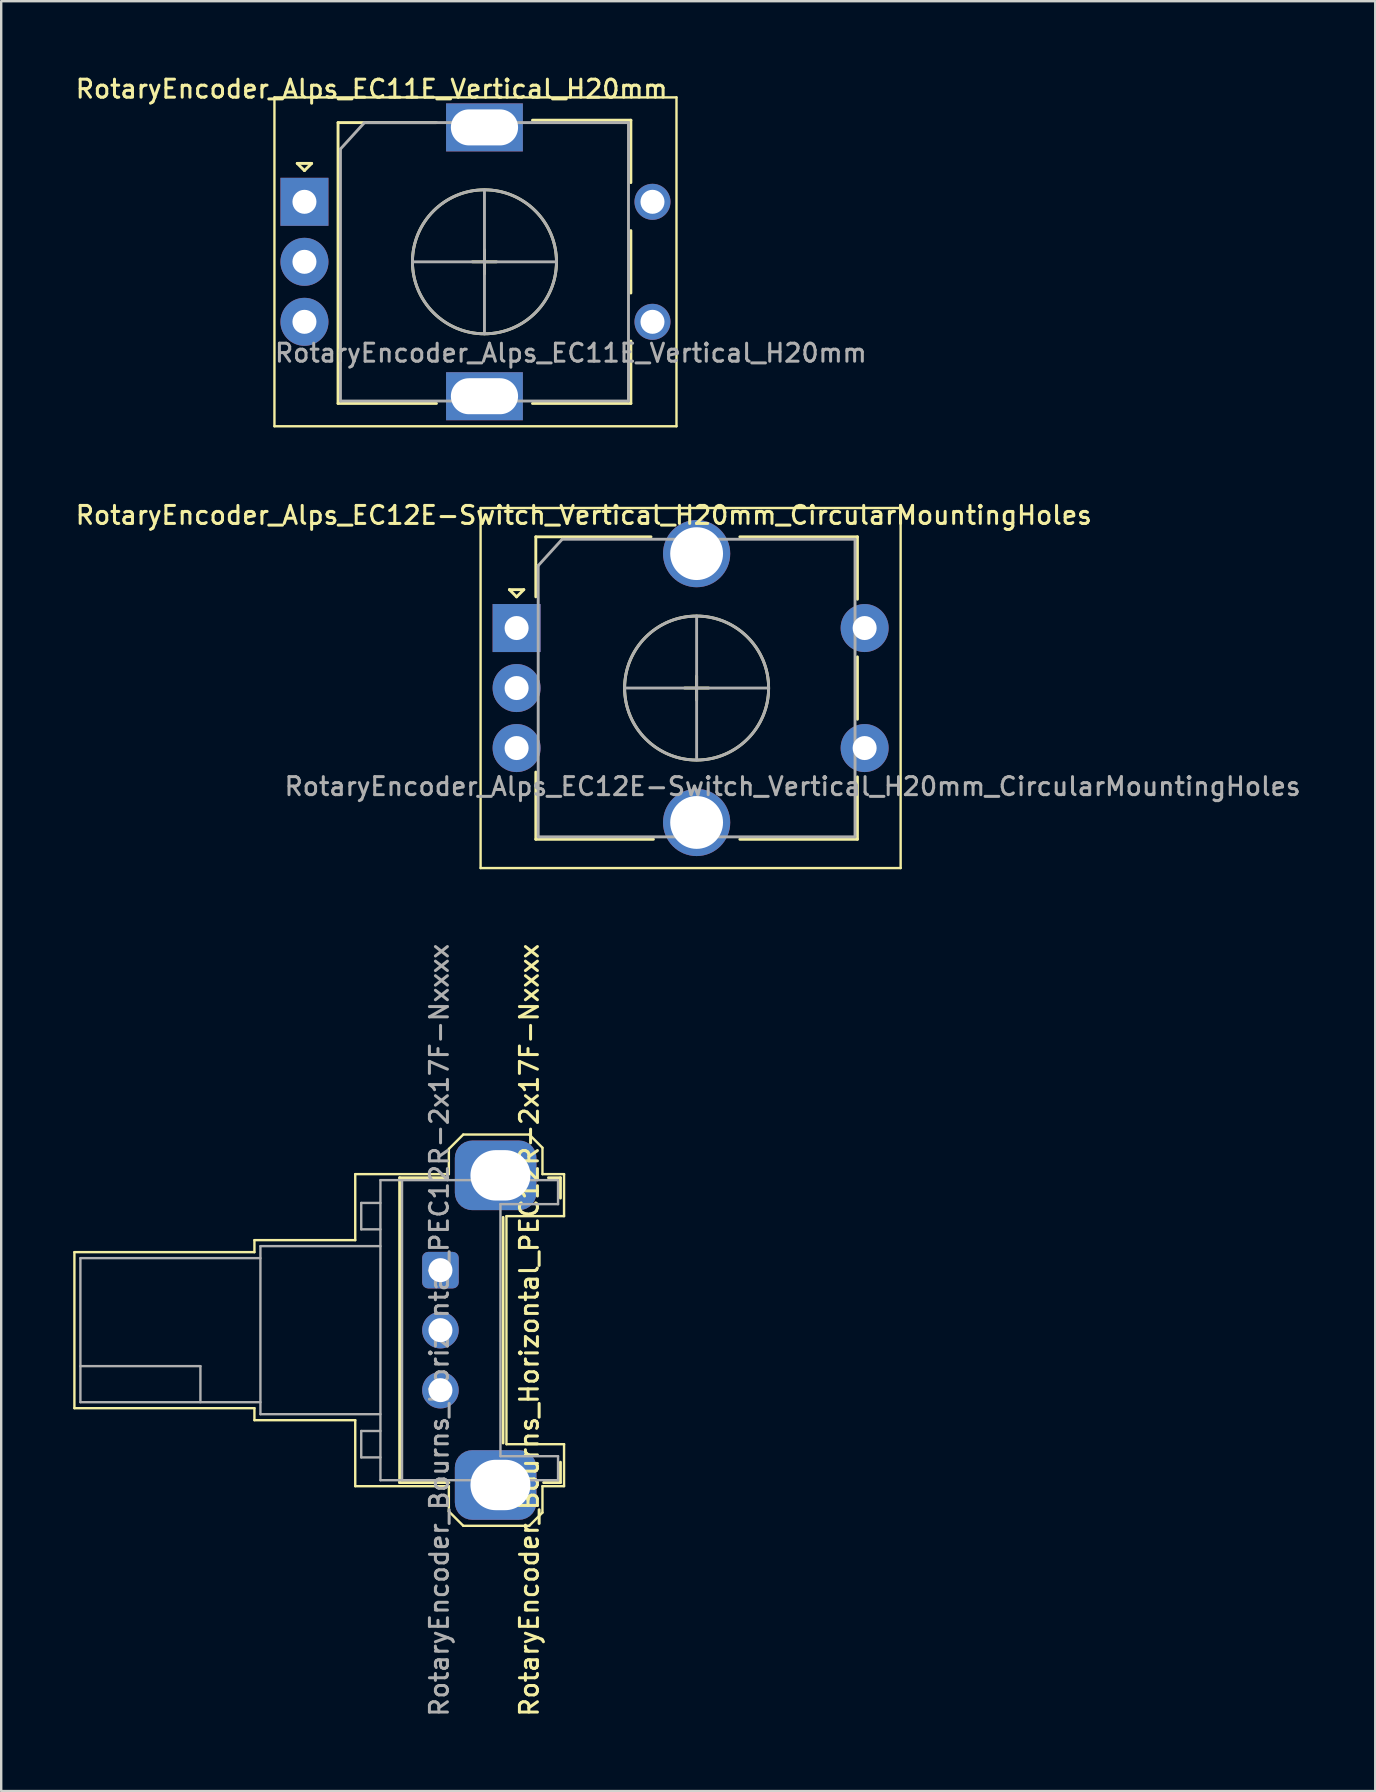
<source format=kicad_pcb>
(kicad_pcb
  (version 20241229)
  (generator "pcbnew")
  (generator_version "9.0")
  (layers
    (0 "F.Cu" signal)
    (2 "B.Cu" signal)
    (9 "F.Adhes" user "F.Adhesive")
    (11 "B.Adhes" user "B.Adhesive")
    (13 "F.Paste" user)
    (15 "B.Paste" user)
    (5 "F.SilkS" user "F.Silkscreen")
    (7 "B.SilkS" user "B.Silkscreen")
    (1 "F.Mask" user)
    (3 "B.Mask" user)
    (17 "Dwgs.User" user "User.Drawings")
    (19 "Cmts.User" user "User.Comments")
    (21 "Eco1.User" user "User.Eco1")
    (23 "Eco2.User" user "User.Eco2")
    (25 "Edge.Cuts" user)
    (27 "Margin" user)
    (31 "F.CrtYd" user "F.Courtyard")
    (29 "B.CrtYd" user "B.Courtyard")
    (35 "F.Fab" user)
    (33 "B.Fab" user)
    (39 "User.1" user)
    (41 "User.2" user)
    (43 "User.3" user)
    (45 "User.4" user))
  (footprint "RotaryEncoder_Bourns_Horizontal_PEC12R-2x17F-Nxxxx"
    (layer "F.Cu")
    (at 15.3 49.868)
    (property "Reference" "RotaryEncoder_Bourns_Horizontal_PEC12R-2x17F-Nxxxx" (at 3.7 2.5 270) (layer "F.SilkS") (effects (font (size 0.75 0.75) (thickness 0.125))))
    (attr through_hole)
    (fp_line (start -15.25 -0.75) (end -15.25 5.75) (stroke (width 0.1) (type default)) (layer "F.SilkS"))
    (fp_line (start -15.25 5.75) (end -7.75 5.75) (stroke (width 0.1) (type default)) (layer "F.SilkS"))
    (fp_line (start -7.75 -1.25) (end -3.55 -1.25) (stroke (width 0.1) (type default)) (layer "F.SilkS"))
    (fp_line (start -7.75 -0.75) (end -15.25 -0.75) (stroke (width 0.1) (type default)) (layer "F.SilkS"))
    (fp_line (start -7.75 -0.75) (end -7.75 -1.25) (stroke (width 0.1) (type default)) (layer "F.SilkS"))
    (fp_line (start -7.75 5.75) (end -7.75 6.25) (stroke (width 0.1) (type default)) (layer "F.SilkS"))
    (fp_line (start -7.75 6.25) (end -3.55 6.25) (stroke (width 0.1) (type default)) (layer "F.SilkS"))
    (fp_line (start -3.55 -4) (end 0.35 -4) (stroke (width 0.1) (type solid)) (layer "F.SilkS"))
    (fp_line (start -3.55 -1.25) (end -3.55 -4) (stroke (width 0.1) (type solid)) (layer "F.SilkS"))
    (fp_line (start -3.55 9) (end -3.55 6.25) (stroke (width 0.1) (type solid)) (layer "F.SilkS"))
    (fp_line (start -1.7 -3.85) (end -1.7 8.85) (stroke (width 0.12) (type solid)) (layer "F.SilkS"))
    (fp_line (start -1.7 8.85) (end 0.35 8.85) (stroke (width 0.12) (type solid)) (layer "F.SilkS"))
    (fp_line (start 0.3 -3.85) (end -1.7 -3.85) (stroke (width 0.12) (type solid)) (layer "F.SilkS"))
    (fp_line (start 0.35 -5.05) (end 0.95 -5.65) (stroke (width 0.1) (type default)) (layer "F.SilkS"))
    (fp_line (start 0.35 -4) (end 0.35 -5.05) (stroke (width 0.1) (type default)) (layer "F.SilkS"))
    (fp_line (start 0.35 9) (end -3.55 9) (stroke (width 0.1) (type solid)) (layer "F.SilkS"))
    (fp_line (start 0.35 10.05) (end 0.35 9) (stroke (width 0.1) (type default)) (layer "F.SilkS"))
    (fp_line (start 0.35 10.05) (end 0.95 10.65) (stroke (width 0.1) (type default)) (layer "F.SilkS"))
    (fp_line (start 2.61 -2.2) (end 2.61 7.2) (stroke (width 0.12) (type solid)) (layer "F.SilkS"))
    (fp_line (start 2.75 -2.25) (end 5.15 -2.25) (stroke (width 0.1) (type default)) (layer "F.SilkS"))
    (fp_line (start 2.75 7.25) (end 2.75 -2.25) (stroke (width 0.1) (type default)) (layer "F.SilkS"))
    (fp_line (start 3.7 -5.65) (end 0.95 -5.65) (stroke (width 0.1) (type default)) (layer "F.SilkS"))
    (fp_line (start 3.7 -5.65) (end 4.25 -5.1) (stroke (width 0.1) (type default)) (layer "F.SilkS"))
    (fp_line (start 3.7 10.65) (end 0.95 10.65) (stroke (width 0.1) (type default)) (layer "F.SilkS"))
    (fp_line (start 3.7 10.65) (end 4.25 10.1) (stroke (width 0.1) (type default)) (layer "F.SilkS"))
    (fp_line (start 4.25 -4) (end 4.25 -5.1) (stroke (width 0.1) (type default)) (layer "F.SilkS"))
    (fp_line (start 4.25 9) (end 4.25 10.1) (stroke (width 0.1) (type default)) (layer "F.SilkS"))
    (fp_line (start 4.3 8.85) (end 5 8.85) (stroke (width 0.12) (type solid)) (layer "F.SilkS"))
    (fp_line (start 5 -3.85) (end 4.5 -3.85) (stroke (width 0.12) (type solid)) (layer "F.SilkS"))
    (fp_line (start 5 -3) (end 5 -3.85) (stroke (width 0.12) (type solid)) (layer "F.SilkS"))
    (fp_line (start 5 8.85) (end 5 8) (stroke (width 0.12) (type solid)) (layer "F.SilkS"))
    (fp_line (start 5.15 -4) (end 4.25 -4) (stroke (width 0.1) (type solid)) (layer "F.SilkS"))
    (fp_line (start 5.15 -4) (end 5.15 -2.25) (stroke (width 0.1) (type solid)) (layer "F.SilkS"))
    (fp_line (start 5.15 7.25) (end 2.75 7.25) (stroke (width 0.1) (type default)) (layer "F.SilkS"))
    (fp_line (start 5.15 7.25) (end 5.15 9) (stroke (width 0.1) (type solid)) (layer "F.SilkS"))
    (fp_line (start 5.15 9) (end 4.25 9) (stroke (width 0.1) (type solid)) (layer "F.SilkS"))
    (fp_line (start -15 -0.5) (end -15 5.5) (stroke (width 0.1) (type default)) (layer "F.Fab"))
    (fp_line (start -15 4) (end -10 4) (stroke (width 0.1) (type default)) (layer "F.Fab"))
    (fp_line (start -15 5.5) (end -7.5 5.5) (stroke (width 0.1) (type solid)) (layer "F.Fab"))
    (fp_line (start -10 4) (end -10 5.5) (stroke (width 0.1) (type default)) (layer "F.Fab"))
    (fp_line (start -7.5 -1) (end -7.5 6) (stroke (width 0.1) (type default)) (layer "F.Fab"))
    (fp_line (start -7.5 -1) (end -2.5 -1) (stroke (width 0.1) (type default)) (layer "F.Fab"))
    (fp_line (start -7.5 -0.5) (end -15 -0.5) (stroke (width 0.1) (type solid)) (layer "F.Fab"))
    (fp_line (start -7.5 6) (end -2.5 6) (stroke (width 0.1) (type default)) (layer "F.Fab"))
    (fp_line (start -3.3 -2.8) (end -2.5 -2.8) (stroke (width 0.1) (type default)) (layer "F.Fab"))
    (fp_line (start -3.3 -1.7) (end -3.3 -2.8) (stroke (width 0.1) (type default)) (layer "F.Fab"))
    (fp_line (start -3.3 6.7) (end -2.5 6.7) (stroke (width 0.1) (type default)) (layer "F.Fab"))
    (fp_line (start -3.3 7.8) (end -3.3 6.7) (stroke (width 0.1) (type default)) (layer "F.Fab"))
    (fp_line (start -2.5 -3.75) (end 4.9 -3.75) (stroke (width 0.1) (type solid)) (layer "F.Fab"))
    (fp_line (start -2.5 -1.7) (end -3.3 -1.7) (stroke (width 0.1) (type default)) (layer "F.Fab"))
    (fp_line (start -2.5 7.8) (end -3.3 7.8) (stroke (width 0.1) (type default)) (layer "F.Fab"))
    (fp_line (start -2.5 8.75) (end -2.5 -3.75) (stroke (width 0.1) (type solid)) (layer "F.Fab"))
    (fp_line (start -1.6 8.75) (end -1.6 -3.75) (stroke (width 0.1) (type solid)) (layer "F.Fab"))
    (fp_line (start 2.5 -2.75) (end 4.9 -2.75) (stroke (width 0.1) (type default)) (layer "F.Fab"))
    (fp_line (start 2.5 7.75) (end 2.5 -2.75) (stroke (width 0.1) (type default)) (layer "F.Fab"))
    (fp_line (start 2.5 7.75) (end 4.9 7.75) (stroke (width 0.1) (type default)) (layer "F.Fab"))
    (fp_line (start 4.9 -3.7) (end 4.9 -2.75) (stroke (width 0.1) (type solid)) (layer "F.Fab"))
    (fp_line (start 4.9 7.75) (end 4.9 8.75) (stroke (width 0.1) (type solid)) (layer "F.Fab"))
    (fp_line (start 4.9 8.75) (end -2.5 8.75) (stroke (width 0.1) (type solid)) (layer "F.Fab"))
    (fp_text user "${REFERENCE}" (at -0.05 2.5 90) (layer "F.Fab") (effects (font (size 0.75 0.75) (thickness 0.125))))
    (pad "A" thru_hole roundrect (at 0 0 270) (size 1.524 1.524) (drill 1) (layers "*.Cu" "*.Mask") (roundrect_rratio 0.164))
    (pad "B" thru_hole circle (at 0 5 270) (size 1.524 1.524) (drill 1) (layers "*.Cu" "*.Mask"))
    (pad "C" thru_hole circle (at 0 2.5 270) (size 1.524 1.524) (drill 1) (layers "*.Cu" "*.Mask"))
    (pad "SH" thru_hole roundrect (at 2.5 -3.95 180) (size 3.4 2.9) (drill oval 2.5 2.1 (offset 0.2 0)) (layers "*.Cu" "*.Mask") (roundrect_rratio 0.25))
    (pad "SH" thru_hole roundrect (at 2.5 8.95 180) (size 3.4 2.9) (drill oval 2.5 2.1 (offset 0.2 0)) (layers "*.Cu" "*.Mask") (roundrect_rratio 0.25))
    (zone (net_name "") (layer "F.Cu") (name "Shell contact") (hatch edge 0.5) (connect_pads) (min_thickness 0.25) (filled_areas_thickness no) (keepout (tracks not_allowed) (vias not_allowed) (pads not_allowed) (copperpour not_allowed) (footprints not_allowed)) (placement (enabled no)) (fill) (polygon (pts (xy 14.95 47.118) (xy 14.95 45.868) (xy 13.45 45.868) (xy 13.45 47.118))))
    (zone (net_name "") (layer "F.Cu") (name "Shell contact") (hatch edge 0.5) (connect_pads) (min_thickness 0.25) (filled_areas_thickness no) (keepout (tracks not_allowed) (vias not_allowed) (pads not_allowed) (copperpour not_allowed) (footprints not_allowed)) (placement (enabled no)) (fill) (polygon (pts (xy 14.95 58.868) (xy 14.95 57.618) (xy 13.45 57.618) (xy 13.45 58.868))))
    (zone (net_name "") (layer "F.Cu") (name "Shell contact") (hatch edge 0.5) (connect_pads) (min_thickness 0.25) (filled_areas_thickness no) (keepout (tracks not_allowed) (vias not_allowed) (pads not_allowed) (copperpour not_allowed) (footprints not_allowed)) (placement (enabled no)) (fill) (polygon (pts (xy 20.3 47.118) (xy 20.3 45.868) (xy 19.3 45.868) (xy 19.3 47.118))))
    (zone (net_name "") (layer "F.Cu") (name "Shell contact") (hatch edge 0.5) (connect_pads) (min_thickness 0.25) (filled_areas_thickness no) (keepout (tracks not_allowed) (vias not_allowed) (pads not_allowed) (copperpour not_allowed) (footprints not_allowed)) (placement (enabled no)) (fill) (polygon (pts (xy 20.3 58.868) (xy 20.3 57.618) (xy 19.3 57.618) (xy 19.3 58.868)))))
  (footprint "RotaryEncoder_Alps_EC12E-Switch_Vertical_H20mm_CircularMountingHoles"
    (layer "F.Cu")
    (at 18.473 23.116)
    (property "Reference" "RotaryEncoder_Alps_EC12E-Switch_Vertical_H20mm_CircularMountingHoles" (at 2.8 -4.7 0) (layer "F.SilkS") (effects (font (size 0.75 0.75) (thickness 0.125))))
    (attr through_hole)
    (fp_line (start -1.5 -5) (end -1.5 10) (stroke (width 0.1) (type solid)) (layer "F.SilkS"))
    (fp_line (start -1.5 -5) (end 16 -5) (stroke (width 0.1) (type solid)) (layer "F.SilkS"))
    (fp_line (start -0.3 -1.6) (end 0.3 -1.6) (stroke (width 0.12) (type solid)) (layer "F.SilkS"))
    (fp_line (start 0 -1.3) (end -0.3 -1.6) (stroke (width 0.12) (type solid)) (layer "F.SilkS"))
    (fp_line (start 0.3 -1.6) (end 0 -1.3) (stroke (width 0.12) (type solid)) (layer "F.SilkS"))
    (fp_line (start 0.8 -3.8) (end 0.8 -1.3) (stroke (width 0.12) (type solid)) (layer "F.SilkS"))
    (fp_line (start 0.8 8.8) (end 0.8 6) (stroke (width 0.12) (type solid)) (layer "F.SilkS"))
    (fp_line (start 5.6 -3.8) (end 0.8 -3.8) (stroke (width 0.12) (type solid)) (layer "F.SilkS"))
    (fp_line (start 5.7 8.8) (end 0.8 8.8) (stroke (width 0.12) (type solid)) (layer "F.SilkS"))
    (fp_line (start 7 2.5) (end 8 2.5) (stroke (width 0.12) (type solid)) (layer "F.SilkS"))
    (fp_line (start 7.5 2) (end 7.5 3) (stroke (width 0.12) (type solid)) (layer "F.SilkS"))
    (fp_line (start 9.3 -3.8) (end 14.2 -3.8) (stroke (width 0.12) (type solid)) (layer "F.SilkS"))
    (fp_line (start 14.2 -3.8) (end 14.2 -1.2) (stroke (width 0.12) (type solid)) (layer "F.SilkS"))
    (fp_line (start 14.2 1.2) (end 14.2 3.8) (stroke (width 0.12) (type solid)) (layer "F.SilkS"))
    (fp_line (start 14.2 6.2) (end 14.2 8.8) (stroke (width 0.12) (type solid)) (layer "F.SilkS"))
    (fp_line (start 14.2 8.8) (end 9.3 8.8) (stroke (width 0.12) (type solid)) (layer "F.SilkS"))
    (fp_line (start 16 10) (end -1.5 10) (stroke (width 0.1) (type solid)) (layer "F.SilkS"))
    (fp_line (start 16 10) (end 16 -5) (stroke (width 0.1) (type solid)) (layer "F.SilkS"))
    (fp_circle (center 7.5 2.5) (end 10.5 2.5) (stroke (width 0.12) (type solid)) (fill no) (layer "F.SilkS"))
    (fp_line (start 0.9 -2.6) (end 1.9 -3.7) (stroke (width 0.12) (type solid)) (layer "F.Fab"))
    (fp_line (start 0.9 8.7) (end 0.9 -2.6) (stroke (width 0.12) (type solid)) (layer "F.Fab"))
    (fp_line (start 1.9 -3.7) (end 14.1 -3.7) (stroke (width 0.12) (type solid)) (layer "F.Fab"))
    (fp_line (start 4.5 2.5) (end 10.5 2.5) (stroke (width 0.12) (type solid)) (layer "F.Fab"))
    (fp_line (start 7.5 -0.5) (end 7.5 5.5) (stroke (width 0.12) (type solid)) (layer "F.Fab"))
    (fp_line (start 14.1 -3.7) (end 14.1 8.7) (stroke (width 0.12) (type solid)) (layer "F.Fab"))
    (fp_line (start 14.1 8.7) (end 0.9 8.7) (stroke (width 0.12) (type solid)) (layer "F.Fab"))
    (fp_circle (center 7.5 2.5) (end 10.5 2.5) (stroke (width 0.12) (type solid)) (fill no) (layer "F.Fab"))
    (fp_text user "${REFERENCE}" (at 11.5 6.6 0) (layer "F.Fab") (effects (font (size 0.75 0.75) (thickness 0.125))))
    (pad "A" thru_hole rect (at 0 0) (size 2 2) (drill 1) (layers "*.Cu" "*.Mask"))
    (pad "B" thru_hole circle (at 0 5) (size 2 2) (drill 1) (layers "*.Cu" "*.Mask"))
    (pad "C" thru_hole circle (at 0 2.5) (size 2 2) (drill 1) (layers "*.Cu" "*.Mask"))
    (pad "MP" thru_hole circle (at 7.5 -3.1) (size 2.8 2.8) (drill 2.2) (layers "*.Cu" "*.Mask"))
    (pad "MP" thru_hole circle (at 7.5 8.1) (size 2.8 2.8) (drill 2.2) (layers "*.Cu" "*.Mask"))
    (pad "S1" thru_hole circle (at 14.5 0) (size 2 2) (drill 1) (layers "*.Cu" "*.Mask"))
    (pad "S2" thru_hole circle (at 14.5 5) (size 2 2) (drill 1) (layers "*.Cu" "*.Mask")))
  (footprint "RotaryEncoder_Alps_EC11E_Vertical_H20mm"
    (layer "F.Cu")
    (at 9.634 5.358)
    (property "Reference" "RotaryEncoder_Alps_EC11E_Vertical_H20mm" (at 2.8 -4.7 0) (layer "F.SilkS") (effects (font (size 0.75 0.75) (thickness 0.125))))
    (attr through_hole)
    (fp_line (start -1.25 -4.35) (end -1.25 9.35) (stroke (width 0.1) (type solid)) (layer "F.SilkS"))
    (fp_line (start -1.25 -4.35) (end 15.5 -4.35) (stroke (width 0.1) (type solid)) (layer "F.SilkS"))
    (fp_line (start -0.3 -1.6) (end 0.3 -1.6) (stroke (width 0.12) (type solid)) (layer "F.SilkS"))
    (fp_line (start 0 -1.3) (end -0.3 -1.6) (stroke (width 0.12) (type solid)) (layer "F.SilkS"))
    (fp_line (start 0.3 -1.6) (end 0 -1.3) (stroke (width 0.12) (type solid)) (layer "F.SilkS"))
    (fp_line (start 1.4 -3.3) (end 1.4 8.4) (stroke (width 0.12) (type solid)) (layer "F.SilkS"))
    (fp_line (start 5.5 -3.3) (end 1.4 -3.3) (stroke (width 0.12) (type solid)) (layer "F.SilkS"))
    (fp_line (start 5.5 8.4) (end 1.4 8.4) (stroke (width 0.12) (type solid)) (layer "F.SilkS"))
    (fp_line (start 7 2.5) (end 8 2.5) (stroke (width 0.12) (type solid)) (layer "F.SilkS"))
    (fp_line (start 7.5 2) (end 7.5 3) (stroke (width 0.12) (type solid)) (layer "F.SilkS"))
    (fp_line (start 9.5 -3.4) (end 13.6 -3.4) (stroke (width 0.12) (type solid)) (layer "F.SilkS"))
    (fp_line (start 13.6 -3.4) (end 13.6 -0.8) (stroke (width 0.12) (type solid)) (layer "F.SilkS"))
    (fp_line (start 13.6 1.2) (end 13.6 3.8) (stroke (width 0.12) (type solid)) (layer "F.SilkS"))
    (fp_line (start 13.6 5.8) (end 13.6 8.4) (stroke (width 0.12) (type solid)) (layer "F.SilkS"))
    (fp_line (start 13.6 8.4) (end 9.5 8.4) (stroke (width 0.12) (type solid)) (layer "F.SilkS"))
    (fp_line (start 15.5 9.35) (end -1.25 9.35) (stroke (width 0.1) (type solid)) (layer "F.SilkS"))
    (fp_line (start 15.5 9.35) (end 15.5 -4.35) (stroke (width 0.1) (type solid)) (layer "F.SilkS"))
    (fp_circle (center 7.5 2.5) (end 10.5 2.5) (stroke (width 0.12) (type solid)) (fill no) (layer "F.SilkS"))
    (fp_line (start 1.5 -2.2) (end 2.5 -3.3) (stroke (width 0.12) (type solid)) (layer "F.Fab"))
    (fp_line (start 1.5 8.3) (end 1.5 -2.2) (stroke (width 0.12) (type solid)) (layer "F.Fab"))
    (fp_line (start 2.5 -3.3) (end 13.5 -3.3) (stroke (width 0.12) (type solid)) (layer "F.Fab"))
    (fp_line (start 4.5 2.5) (end 10.5 2.5) (stroke (width 0.12) (type solid)) (layer "F.Fab"))
    (fp_line (start 7.5 -0.5) (end 7.5 5.5) (stroke (width 0.12) (type solid)) (layer "F.Fab"))
    (fp_line (start 13.5 -3.3) (end 13.5 8.3) (stroke (width 0.12) (type solid)) (layer "F.Fab"))
    (fp_line (start 13.5 8.3) (end 1.5 8.3) (stroke (width 0.12) (type solid)) (layer "F.Fab"))
    (fp_circle (center 7.5 2.5) (end 10.5 2.5) (stroke (width 0.12) (type solid)) (fill no) (layer "F.Fab"))
    (fp_text user "${REFERENCE}" (at 11.1 6.3 0) (layer "F.Fab") (effects (font (size 0.75 0.75) (thickness 0.125))))
    (pad "" thru_hole circle (at 14.5 0) (size 1.5 1.5) (drill 1) (layers "*.Cu" "*.Mask"))
    (pad "" thru_hole circle (at 14.5 5) (size 1.5 1.5) (drill 1) (layers "*.Cu" "*.Mask"))
    (pad "A" thru_hole rect (at 0 0) (size 2 2) (drill 1) (layers "*.Cu" "*.Mask"))
    (pad "B" thru_hole circle (at 0 5) (size 2 2) (drill 1) (layers "*.Cu" "*.Mask"))
    (pad "C" thru_hole circle (at 0 2.5) (size 2 2) (drill 1) (layers "*.Cu" "*.Mask"))
    (pad "MP" thru_hole rect (at 7.5 -3.1) (size 3.2 2) (drill oval 2.8 1.5) (layers "*.Cu" "*.Mask"))
    (pad "MP" thru_hole rect (at 7.5 8.1) (size 3.2 2) (drill oval 2.8 1.5) (layers "*.Cu" "*.Mask")))
  (gr_rect
    (start -3 -3)
    (end 54.246 71.57)
    (stroke (width 0.1) (type default))
    (fill no)
    (layer "Edge.Cuts")))
</source>
